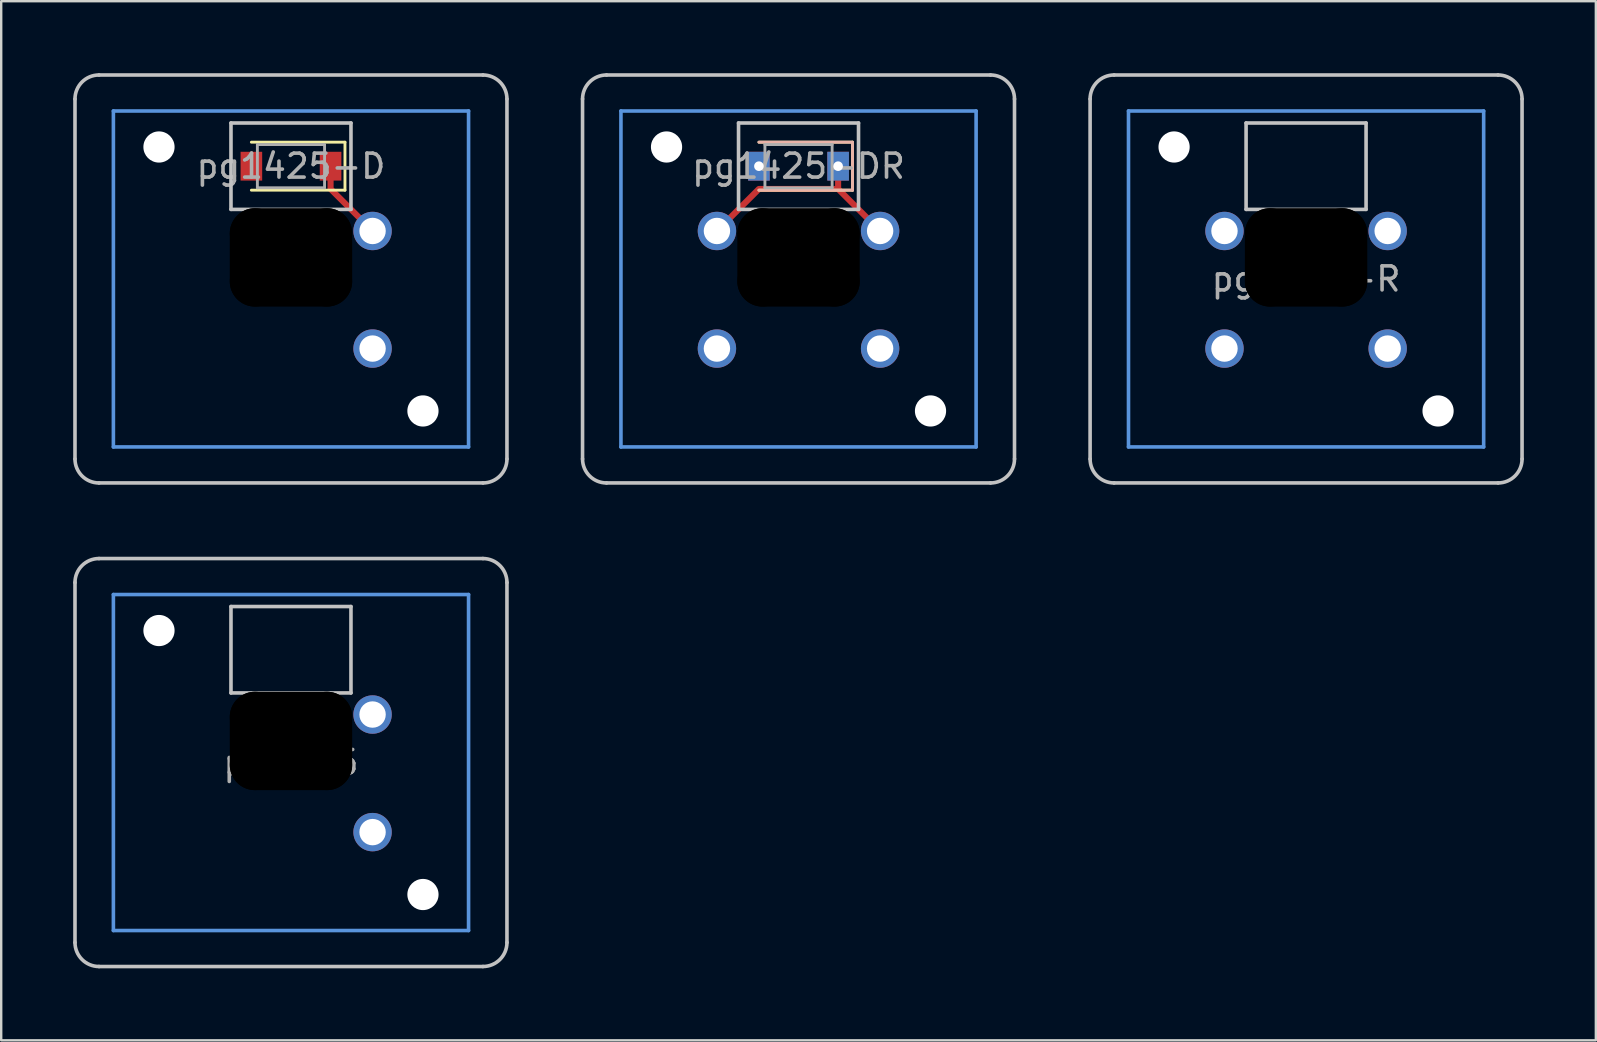
<source format=kicad_pcb>
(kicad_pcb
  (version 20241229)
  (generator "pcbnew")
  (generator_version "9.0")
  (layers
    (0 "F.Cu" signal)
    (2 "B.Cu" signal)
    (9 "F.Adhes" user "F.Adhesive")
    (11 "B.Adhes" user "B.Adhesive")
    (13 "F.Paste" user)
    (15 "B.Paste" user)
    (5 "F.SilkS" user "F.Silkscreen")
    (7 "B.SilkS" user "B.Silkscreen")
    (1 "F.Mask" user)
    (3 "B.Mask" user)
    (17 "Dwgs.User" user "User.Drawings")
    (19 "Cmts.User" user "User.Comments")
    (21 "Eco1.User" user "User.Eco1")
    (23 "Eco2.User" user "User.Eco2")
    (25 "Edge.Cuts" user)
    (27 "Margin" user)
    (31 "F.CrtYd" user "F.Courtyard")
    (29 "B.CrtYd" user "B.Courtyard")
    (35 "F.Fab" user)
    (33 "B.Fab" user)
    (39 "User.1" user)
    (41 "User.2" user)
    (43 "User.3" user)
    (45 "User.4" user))
  (footprint "pg1425"
    (layer "F.Cu")
    (at 9.075 28.725)
    (property "Reference" "pg1425" (at 0 0 0) (layer "F.Fab") (effects (font (size 1 1) (thickness 0.15))))
    (attr through_hole)
    (fp_line (start -9 7.5) (end -9 -7.5) (stroke (width 0.15) (type solid)) (layer "Dwgs.User"))
    (fp_line (start -8 -8.5) (end 8 -8.5) (stroke (width 0.15) (type solid)) (layer "Dwgs.User"))
    (fp_line (start -2.5 -6.5) (end -2.5 -2.9) (stroke (width 0.15) (type solid)) (layer "Dwgs.User"))
    (fp_line (start -2.5 -2.9) (end 2.5 -2.9) (stroke (width 0.15) (type solid)) (layer "Dwgs.User"))
    (fp_line (start 2.5 -6.5) (end -2.5 -6.5) (stroke (width 0.15) (type solid)) (layer "Dwgs.User"))
    (fp_line (start 2.5 -2.9) (end 2.5 -6.5) (stroke (width 0.15) (type solid)) (layer "Dwgs.User"))
    (fp_line (start 8 8.5) (end -8 8.5) (stroke (width 0.15) (type solid)) (layer "Dwgs.User"))
    (fp_line (start 9 -7.5) (end 9 7.5) (stroke (width 0.15) (type solid)) (layer "Dwgs.User"))
    (fp_arc (start -9 -7.5) (mid -8.707107 -8.207107) (end -8 -8.5) (stroke (width 0.15) (type solid)) (layer "Dwgs.User"))
    (fp_arc (start -8 8.5) (mid -8.707107 8.207107) (end -9 7.5) (stroke (width 0.15) (type solid)) (layer "Dwgs.User"))
    (fp_arc (start 8 -8.5) (mid 8.707107 -8.207107) (end 9 -7.5) (stroke (width 0.15) (type solid)) (layer "Dwgs.User"))
    (fp_arc (start 9 7.5) (mid 8.707107 8.207107) (end 8 8.5) (stroke (width 0.15) (type solid)) (layer "Dwgs.User"))
    (fp_line (start -7.4 -7) (end -7.4 7) (stroke (width 0.15) (type solid)) (layer "Cmts.User"))
    (fp_line (start -7.4 7) (end 7.4 7) (stroke (width 0.15) (type solid)) (layer "Cmts.User"))
    (fp_line (start 7.4 -7) (end -7.4 -7) (stroke (width 0.15) (type solid)) (layer "Cmts.User"))
    (fp_line (start 7.4 7) (end 7.4 -7) (stroke (width 0.15) (type solid)) (layer "Cmts.User"))
    (pad "" np_thru_hole circle (at -5.5 -5.5) (size 1.3 1.3) (drill 1.3) (layers "*.Cu" "*.Mask"))
    (pad "" np_thru_hole oval (at -1.5 -0.9) (size 2.1 4.1) (drill oval 2.1 4.1) (layers "*.Mask"))
    (pad "" np_thru_hole oval (at 0 -1.9) (size 5.1 2.1) (drill oval 5.1 2.1) (layers "*.Mask"))
    (pad "" np_thru_hole oval (at 0 0.1) (size 5.1 2.1) (drill oval 5.1 2.1) (layers "*.Mask"))
    (pad "" np_thru_hole oval (at 1.5 -0.9) (size 2.1 4.1) (drill oval 2.1 4.1) (layers "*.Mask"))
    (pad "" np_thru_hole circle (at 5.5 5.5) (size 1.3 1.3) (drill 1.3) (layers "*.Cu" "*.Mask"))
    (pad "1" thru_hole circle (at 3.4 2.9) (size 1.6 1.6) (drill 1.1) (layers "*.Cu" "B.Mask"))
    (pad "2" thru_hole circle (at 3.4 -2) (size 1.6 1.6) (drill 1.1) (layers "*.Cu" "B.Mask")))
  (footprint "pg1425-D"
    (layer "F.Cu")
    (at 9.075 3.875)
    (property "Reference" "pg1425-D" (at 0 0 0) (layer "F.Fab") (effects (font (size 1 1) (thickness 0.15))))
    (attr smd)
    (fp_line (start 2.25 -1) (end -1.65 -1) (stroke (width 0.12) (type solid)) (layer "F.SilkS"))
    (fp_line (start 2.25 -1) (end 2.25 1) (stroke (width 0.12) (type solid)) (layer "F.SilkS"))
    (fp_line (start 2.25 1) (end -1.65 1) (stroke (width 0.12) (type solid)) (layer "F.SilkS"))
    (fp_line (start -9 12.2) (end -9 -2.8) (stroke (width 0.15) (type solid)) (layer "Dwgs.User"))
    (fp_line (start -8 -3.8) (end 8 -3.8) (stroke (width 0.15) (type solid)) (layer "Dwgs.User"))
    (fp_line (start -2.5 -1.8) (end -2.5 1.8) (stroke (width 0.15) (type solid)) (layer "Dwgs.User"))
    (fp_line (start -2.5 1.8) (end 2.5 1.8) (stroke (width 0.15) (type solid)) (layer "Dwgs.User"))
    (fp_line (start 2.5 -1.8) (end -2.5 -1.8) (stroke (width 0.15) (type solid)) (layer "Dwgs.User"))
    (fp_line (start 2.5 1.8) (end 2.5 -1.8) (stroke (width 0.15) (type solid)) (layer "Dwgs.User"))
    (fp_line (start 8 13.2) (end -8 13.2) (stroke (width 0.15) (type solid)) (layer "Dwgs.User"))
    (fp_line (start 9 -2.8) (end 9 12.2) (stroke (width 0.15) (type solid)) (layer "Dwgs.User"))
    (fp_arc (start -9 -2.8) (mid -8.707107 -3.507107) (end -8 -3.8) (stroke (width 0.15) (type solid)) (layer "Dwgs.User"))
    (fp_arc (start -8 13.2) (mid -8.707107 12.907107) (end -9 12.2) (stroke (width 0.15) (type solid)) (layer "Dwgs.User"))
    (fp_arc (start 8 -3.8) (mid 8.707107 -3.507107) (end 9 -2.8) (stroke (width 0.15) (type solid)) (layer "Dwgs.User"))
    (fp_arc (start 9 12.2) (mid 8.707107 12.907107) (end 8 13.2) (stroke (width 0.15) (type solid)) (layer "Dwgs.User"))
    (fp_line (start -7.4 -2.3) (end -7.4 11.7) (stroke (width 0.15) (type solid)) (layer "Cmts.User"))
    (fp_line (start -7.4 11.7) (end 7.4 11.7) (stroke (width 0.15) (type solid)) (layer "Cmts.User"))
    (fp_line (start 7.4 -2.3) (end -7.4 -2.3) (stroke (width 0.15) (type solid)) (layer "Cmts.User"))
    (fp_line (start 7.4 11.7) (end 7.4 -2.3) (stroke (width 0.15) (type solid)) (layer "Cmts.User"))
    (fp_line (start -1.4 -0.9) (end -1.4 0.9) (stroke (width 0.12) (type solid)) (layer "F.Fab"))
    (fp_line (start -1.4 0.9) (end 1.4 0.9) (stroke (width 0.12) (type solid)) (layer "F.Fab"))
    (fp_line (start 1.4 -0.9) (end -1.4 -0.9) (stroke (width 0.12) (type solid)) (layer "F.Fab"))
    (fp_line (start 1.4 0.9) (end 1.4 -0.9) (stroke (width 0.12) (type solid)) (layer "F.Fab"))
    (pad "" np_thru_hole circle (at -5.5 -0.8) (size 1.3 1.3) (drill 1.3) (layers "*.Cu" "*.Mask"))
    (pad "" np_thru_hole oval (at -1.5 3.8) (size 2.1 4.1) (drill oval 2.1 4.1) (layers "*.Mask"))
    (pad "" np_thru_hole oval (at 0 2.8) (size 5.1 2.1) (drill oval 5.1 2.1) (layers "*.Mask"))
    (pad "" np_thru_hole oval (at 0 4.8) (size 5.1 2.1) (drill oval 5.1 2.1) (layers "*.Mask"))
    (pad "" np_thru_hole oval (at 1.5 3.8) (size 2.1 4.1) (drill oval 2.1 4.1) (layers "*.Mask"))
    (pad "" smd custom (at 1.65 0) (size 0.254 0.254) (layers "F.Cu") (options (anchor circle)) (primitives (gr_line (start 0 0) (end 0 0.95) (width 0.254)) (gr_line (start 0 0.95) (end 1.75 2.7) (width 0.254))))
    (pad "" smd rect (at 1.65 0) (size 0.9 1.2) (layers "F.Cu" "F.Mask" "F.Paste"))
    (pad "" thru_hole circle (at 3.4 2.7) (size 1.6 1.6) (drill 1.1) (layers "*.Cu" "B.Mask"))
    (pad "" np_thru_hole circle (at 5.5 10.2) (size 1.3 1.3) (drill 1.3) (layers "*.Cu" "*.Mask"))
    (pad "1" thru_hole circle (at 3.4 7.6) (size 1.6 1.6) (drill 1.1) (layers "*.Cu" "B.Mask"))
    (pad "2" smd rect (at -1.65 0) (size 0.9 1.2) (layers "F.Cu" "F.Mask" "F.Paste")))
  (footprint "pg1425-DR"
    (layer "F.Cu")
    (at 30.225 3.875)
    (property "Reference" "pg1425-DR" (at 0 0 0) (layer "F.Fab") (effects (font (size 1 1) (thickness 0.15))))
    (attr smd)
    (fp_line (start 2.25 -1) (end -1.65 -1) (stroke (width 0.12) (type solid)) (layer "F.SilkS"))
    (fp_line (start 2.25 -1) (end 2.25 1) (stroke (width 0.12) (type solid)) (layer "F.SilkS"))
    (fp_line (start 2.25 1) (end -1.65 1) (stroke (width 0.12) (type solid)) (layer "F.SilkS"))
    (fp_line (start 2.25 -1) (end -1.65 -1) (stroke (width 0.12) (type solid)) (layer "B.SilkS"))
    (fp_line (start 2.25 -1) (end 2.25 1) (stroke (width 0.12) (type solid)) (layer "B.SilkS"))
    (fp_line (start 2.25 1) (end -1.65 1) (stroke (width 0.12) (type solid)) (layer "B.SilkS"))
    (fp_line (start -9 12.2) (end -9 -2.8) (stroke (width 0.15) (type solid)) (layer "Dwgs.User"))
    (fp_line (start -8 -3.8) (end 8 -3.8) (stroke (width 0.15) (type solid)) (layer "Dwgs.User"))
    (fp_line (start -2.5 -1.8) (end -2.5 1.8) (stroke (width 0.15) (type solid)) (layer "Dwgs.User"))
    (fp_line (start -2.5 1.8) (end 2.5 1.8) (stroke (width 0.15) (type solid)) (layer "Dwgs.User"))
    (fp_line (start 2.5 -1.8) (end -2.5 -1.8) (stroke (width 0.15) (type solid)) (layer "Dwgs.User"))
    (fp_line (start 2.5 1.8) (end 2.5 -1.8) (stroke (width 0.15) (type solid)) (layer "Dwgs.User"))
    (fp_line (start 8 13.2) (end -8 13.2) (stroke (width 0.15) (type solid)) (layer "Dwgs.User"))
    (fp_line (start 9 -2.8) (end 9 12.2) (stroke (width 0.15) (type solid)) (layer "Dwgs.User"))
    (fp_arc (start -9 -2.8) (mid -8.707107 -3.507107) (end -8 -3.8) (stroke (width 0.15) (type solid)) (layer "Dwgs.User"))
    (fp_arc (start -8 13.2) (mid -8.707107 12.907107) (end -9 12.2) (stroke (width 0.15) (type solid)) (layer "Dwgs.User"))
    (fp_arc (start 8 -3.8) (mid 8.707107 -3.507107) (end 9 -2.8) (stroke (width 0.15) (type solid)) (layer "Dwgs.User"))
    (fp_arc (start 9 12.2) (mid 8.707107 12.907107) (end 8 13.2) (stroke (width 0.15) (type solid)) (layer "Dwgs.User"))
    (fp_line (start -7.4 -2.3) (end -7.4 11.7) (stroke (width 0.15) (type solid)) (layer "Cmts.User"))
    (fp_line (start -7.4 11.7) (end 7.4 11.7) (stroke (width 0.15) (type solid)) (layer "Cmts.User"))
    (fp_line (start 7.4 -2.3) (end -7.4 -2.3) (stroke (width 0.15) (type solid)) (layer "Cmts.User"))
    (fp_line (start 7.4 11.7) (end 7.4 -2.3) (stroke (width 0.15) (type solid)) (layer "Cmts.User"))
    (fp_line (start -1.4 -0.9) (end -1.4 0.9) (stroke (width 0.12) (type solid)) (layer "F.Fab"))
    (fp_line (start -1.4 0.9) (end 1.4 0.9) (stroke (width 0.12) (type solid)) (layer "F.Fab"))
    (fp_line (start 1.4 -0.9) (end -1.4 -0.9) (stroke (width 0.12) (type solid)) (layer "F.Fab"))
    (fp_line (start 1.4 0.9) (end 1.4 -0.9) (stroke (width 0.12) (type solid)) (layer "F.Fab"))
    (pad "" np_thru_hole circle (at -5.5 -0.8) (size 1.3 1.3) (drill 1.3) (layers "*.Cu" "*.Mask"))
    (pad "" thru_hole circle (at -3.4 2.7) (size 1.6 1.6) (drill 1.1) (layers "*.Cu" "F.Mask"))
    (pad "" np_thru_hole oval (at -1.5 3.8) (size 2.1 4.1) (drill oval 2.1 4.1) (layers "*.Mask"))
    (pad "" np_thru_hole oval (at 0 2.8) (size 5.1 2.1) (drill oval 5.1 2.1) (layers "*.Mask"))
    (pad "" np_thru_hole oval (at 0 4.8) (size 5.1 2.1) (drill oval 5.1 2.1) (layers "*.Mask"))
    (pad "" np_thru_hole oval (at 1.5 3.8) (size 2.1 4.1) (drill oval 2.1 4.1) (layers "*.Mask"))
    (pad "" smd custom (at 1.65 0) (size 0.254 0.254) (layers "F.Cu") (options (anchor circle)) (primitives (gr_line (start 0 0) (end 0 0.95) (width 0.254)) (gr_line (start 0 0.95) (end 1.75 2.7) (width 0.254)) (gr_line (start -5.05 2.7) (end -3.3 0.95) (width 0.254)) (gr_line (start -3.3 0.95) (end 0 0.95) (width 0.254))))
    (pad "" thru_hole rect (at 1.65 0) (size 0.9 1.2) (drill 0.4) (layers "*.Cu" "*.Mask"))
    (pad "" thru_hole circle (at 3.4 2.7) (size 1.6 1.6) (drill 1.1) (layers "*.Cu" "B.Mask"))
    (pad "" np_thru_hole circle (at 5.5 10.2) (size 1.3 1.3) (drill 1.3) (layers "*.Cu" "*.Mask"))
    (pad "1" thru_hole circle (at -3.4 7.6) (size 1.6 1.6) (drill 1.1) (layers "*.Cu" "F.Mask"))
    (pad "1" thru_hole circle (at 3.4 7.6) (size 1.6 1.6) (drill 1.1) (layers "*.Cu" "B.Mask"))
    (pad "2" thru_hole rect (at -1.65 0) (size 0.9 1.2) (drill 0.4) (layers "*.Cu" "*.Mask")))
  (footprint "pg1425-R"
    (layer "F.Cu")
    (at 51.375 8.575)
    (property "Reference" "pg1425-R" (at 0 0 0) (layer "F.Fab") (effects (font (size 1 1) (thickness 0.15))))
    (attr through_hole)
    (fp_line (start -9 7.5) (end -9 -7.5) (stroke (width 0.15) (type solid)) (layer "Dwgs.User"))
    (fp_line (start -8 -8.5) (end 8 -8.5) (stroke (width 0.15) (type solid)) (layer "Dwgs.User"))
    (fp_line (start -2.5 -6.5) (end -2.5 -2.9) (stroke (width 0.15) (type solid)) (layer "Dwgs.User"))
    (fp_line (start -2.5 -2.9) (end 2.5 -2.9) (stroke (width 0.15) (type solid)) (layer "Dwgs.User"))
    (fp_line (start 2.5 -6.5) (end -2.5 -6.5) (stroke (width 0.15) (type solid)) (layer "Dwgs.User"))
    (fp_line (start 2.5 -2.9) (end 2.5 -6.5) (stroke (width 0.15) (type solid)) (layer "Dwgs.User"))
    (fp_line (start 8 8.5) (end -8 8.5) (stroke (width 0.15) (type solid)) (layer "Dwgs.User"))
    (fp_line (start 9 -7.5) (end 9 7.5) (stroke (width 0.15) (type solid)) (layer "Dwgs.User"))
    (fp_arc (start -9 -7.5) (mid -8.707107 -8.207107) (end -8 -8.5) (stroke (width 0.15) (type solid)) (layer "Dwgs.User"))
    (fp_arc (start -8 8.5) (mid -8.707107 8.207107) (end -9 7.5) (stroke (width 0.15) (type solid)) (layer "Dwgs.User"))
    (fp_arc (start 8 -8.5) (mid 8.707107 -8.207107) (end 9 -7.5) (stroke (width 0.15) (type solid)) (layer "Dwgs.User"))
    (fp_arc (start 9 7.5) (mid 8.707107 8.207107) (end 8 8.5) (stroke (width 0.15) (type solid)) (layer "Dwgs.User"))
    (fp_line (start -7.4 -7) (end -7.4 7) (stroke (width 0.15) (type solid)) (layer "Cmts.User"))
    (fp_line (start -7.4 7) (end 7.4 7) (stroke (width 0.15) (type solid)) (layer "Cmts.User"))
    (fp_line (start 7.4 -7) (end -7.4 -7) (stroke (width 0.15) (type solid)) (layer "Cmts.User"))
    (fp_line (start 7.4 7) (end 7.4 -7) (stroke (width 0.15) (type solid)) (layer "Cmts.User"))
    (pad "" np_thru_hole circle (at -5.5 -5.5) (size 1.3 1.3) (drill 1.3) (layers "*.Cu" "*.Mask"))
    (pad "" np_thru_hole oval (at -1.5 -0.9) (size 2.1 4.1) (drill oval 2.1 4.1) (layers "*.Mask"))
    (pad "" np_thru_hole oval (at 0 -1.9) (size 5.1 2.1) (drill oval 5.1 2.1) (layers "*.Mask"))
    (pad "" np_thru_hole oval (at 0 0.1) (size 5.1 2.1) (drill oval 5.1 2.1) (layers "*.Mask"))
    (pad "" np_thru_hole oval (at 1.5 -0.9) (size 2.1 4.1) (drill oval 2.1 4.1) (layers "*.Mask"))
    (pad "" np_thru_hole circle (at 5.5 5.5) (size 1.3 1.3) (drill 1.3) (layers "*.Cu" "*.Mask"))
    (pad "1" thru_hole circle (at -3.4 2.9) (size 1.6 1.6) (drill 1.1) (layers "*.Cu" "F.Mask"))
    (pad "1" thru_hole circle (at 3.4 2.9) (size 1.6 1.6) (drill 1.1) (layers "*.Cu" "B.Mask"))
    (pad "2" thru_hole circle (at -3.4 -2) (size 1.6 1.6) (drill 1.1) (layers "*.Cu" "F.Mask"))
    (pad "2" thru_hole circle (at 3.4 -2) (size 1.6 1.6) (drill 1.1) (layers "*.Cu" "B.Mask")))
  (gr_rect
    (start -3 -3)
    (end 63.45 40.3)
    (stroke (width 0.1) (type default))
    (fill no)
    (layer "Edge.Cuts")))
</source>
